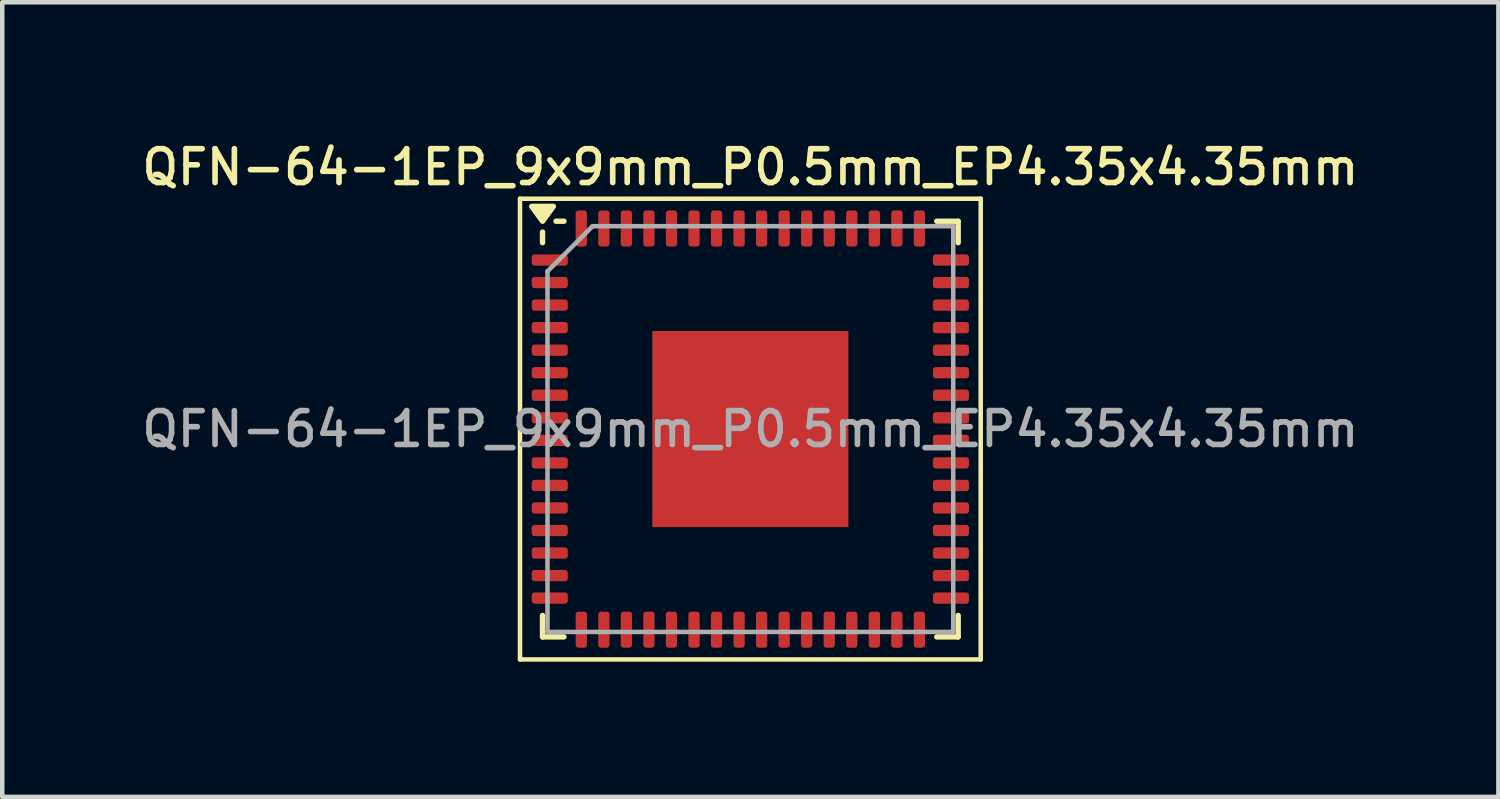
<source format=kicad_pcb>
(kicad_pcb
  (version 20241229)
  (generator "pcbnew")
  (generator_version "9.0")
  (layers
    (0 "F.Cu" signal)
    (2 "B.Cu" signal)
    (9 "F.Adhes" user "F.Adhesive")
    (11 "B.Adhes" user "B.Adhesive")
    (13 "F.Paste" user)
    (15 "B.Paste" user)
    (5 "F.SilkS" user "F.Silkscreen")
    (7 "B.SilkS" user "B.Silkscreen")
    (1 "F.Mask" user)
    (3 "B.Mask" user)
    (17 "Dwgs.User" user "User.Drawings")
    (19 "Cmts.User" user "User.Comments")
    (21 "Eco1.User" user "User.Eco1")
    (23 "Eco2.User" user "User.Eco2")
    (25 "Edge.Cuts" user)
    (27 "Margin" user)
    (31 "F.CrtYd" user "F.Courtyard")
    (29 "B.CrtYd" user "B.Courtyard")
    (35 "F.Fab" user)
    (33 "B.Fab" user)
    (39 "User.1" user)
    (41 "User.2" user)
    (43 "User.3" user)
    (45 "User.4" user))
  (footprint "QFN-64-1EP_9x9mm_P0.5mm_EP4.35x4.35mm"
    (layer "F.Cu")
    (at 13.595 6.468)
    (property "Reference" "QFN-64-1EP_9x9mm_P0.5mm_EP4.35x4.35mm" (at 0 -5.81 0) (layer "F.SilkS") (effects (font (size 0.75 0.75) (thickness 0.125))))
    (attr smd)
    (fp_line (start -5.11 -5.11) (end -5.11 5.11) (stroke (width 0.1) (type solid)) (layer "F.SilkS"))
    (fp_line (start -5.11 5.11) (end 5.11 5.11) (stroke (width 0.1) (type solid)) (layer "F.SilkS"))
    (fp_line (start -4.61 -4.135) (end -4.61 -4.37) (stroke (width 0.12) (type solid)) (layer "F.SilkS"))
    (fp_line (start -4.61 4.61) (end -4.61 4.135) (stroke (width 0.12) (type solid)) (layer "F.SilkS"))
    (fp_line (start -4.135 -4.61) (end -4.31 -4.61) (stroke (width 0.12) (type solid)) (layer "F.SilkS"))
    (fp_line (start -4.135 4.61) (end -4.61 4.61) (stroke (width 0.12) (type solid)) (layer "F.SilkS"))
    (fp_line (start 4.135 -4.61) (end 4.61 -4.61) (stroke (width 0.12) (type solid)) (layer "F.SilkS"))
    (fp_line (start 4.135 4.61) (end 4.61 4.61) (stroke (width 0.12) (type solid)) (layer "F.SilkS"))
    (fp_line (start 4.61 -4.61) (end 4.61 -4.135) (stroke (width 0.12) (type solid)) (layer "F.SilkS"))
    (fp_line (start 4.61 4.61) (end 4.61 4.135) (stroke (width 0.12) (type solid)) (layer "F.SilkS"))
    (fp_line (start 5.11 -5.11) (end -5.11 -5.11) (stroke (width 0.1) (type solid)) (layer "F.SilkS"))
    (fp_line (start 5.11 5.11) (end 5.11 -5.11) (stroke (width 0.1) (type solid)) (layer "F.SilkS"))
    (fp_poly (pts (xy -4.61 -4.61) (xy -4.85 -4.94) (xy -4.37 -4.94) (xy -4.61 -4.61)) (stroke (width 0.12) (type solid)) (fill yes) (layer "F.SilkS"))
    (fp_line (start -4.5 -3.5) (end -3.5 -4.5) (stroke (width 0.1) (type solid)) (layer "F.Fab"))
    (fp_line (start -4.5 4.5) (end -4.5 -3.5) (stroke (width 0.1) (type solid)) (layer "F.Fab"))
    (fp_line (start -3.5 -4.5) (end 4.5 -4.5) (stroke (width 0.1) (type solid)) (layer "F.Fab"))
    (fp_line (start 4.5 -4.5) (end 4.5 4.5) (stroke (width 0.1) (type solid)) (layer "F.Fab"))
    (fp_line (start 4.5 4.5) (end -4.5 4.5) (stroke (width 0.1) (type solid)) (layer "F.Fab"))
    (fp_text user "${REFERENCE}" (at 0 0 0) (layer "F.Fab") (effects (font (size 0.75 0.75) (thickness 0.125))))
    (pad "" smd roundrect (at -1.45 -1.45) (size 1.17 1.17) (layers "F.Paste") (roundrect_rratio 0.214))
    (pad "" smd roundrect (at -1.45 0) (size 1.17 1.17) (layers "F.Paste") (roundrect_rratio 0.214))
    (pad "" smd roundrect (at -1.45 1.45) (size 1.17 1.17) (layers "F.Paste") (roundrect_rratio 0.214))
    (pad "" smd roundrect (at 0 -1.45) (size 1.17 1.17) (layers "F.Paste") (roundrect_rratio 0.214))
    (pad "" smd roundrect (at 0 0) (size 1.17 1.17) (layers "F.Paste") (roundrect_rratio 0.214))
    (pad "" smd roundrect (at 0 1.45) (size 1.17 1.17) (layers "F.Paste") (roundrect_rratio 0.214))
    (pad "" smd roundrect (at 1.45 -1.45) (size 1.17 1.17) (layers "F.Paste") (roundrect_rratio 0.214))
    (pad "" smd roundrect (at 1.45 0) (size 1.17 1.17) (layers "F.Paste") (roundrect_rratio 0.214))
    (pad "" smd roundrect (at 1.45 1.45) (size 1.17 1.17) (layers "F.Paste") (roundrect_rratio 0.214))
    (pad "1" smd roundrect (at -4.45 -3.75) (size 0.8 0.25) (layers "F.Cu" "F.Mask" "F.Paste") (roundrect_rratio 0.25))
    (pad "2" smd roundrect (at -4.45 -3.25) (size 0.8 0.25) (layers "F.Cu" "F.Mask" "F.Paste") (roundrect_rratio 0.25))
    (pad "3" smd roundrect (at -4.45 -2.75) (size 0.8 0.25) (layers "F.Cu" "F.Mask" "F.Paste") (roundrect_rratio 0.25))
    (pad "4" smd roundrect (at -4.45 -2.25) (size 0.8 0.25) (layers "F.Cu" "F.Mask" "F.Paste") (roundrect_rratio 0.25))
    (pad "5" smd roundrect (at -4.45 -1.75) (size 0.8 0.25) (layers "F.Cu" "F.Mask" "F.Paste") (roundrect_rratio 0.25))
    (pad "6" smd roundrect (at -4.45 -1.25) (size 0.8 0.25) (layers "F.Cu" "F.Mask" "F.Paste") (roundrect_rratio 0.25))
    (pad "7" smd roundrect (at -4.45 -0.75) (size 0.8 0.25) (layers "F.Cu" "F.Mask" "F.Paste") (roundrect_rratio 0.25))
    (pad "8" smd roundrect (at -4.45 -0.25) (size 0.8 0.25) (layers "F.Cu" "F.Mask" "F.Paste") (roundrect_rratio 0.25))
    (pad "9" smd roundrect (at -4.45 0.25) (size 0.8 0.25) (layers "F.Cu" "F.Mask" "F.Paste") (roundrect_rratio 0.25))
    (pad "10" smd roundrect (at -4.45 0.75) (size 0.8 0.25) (layers "F.Cu" "F.Mask" "F.Paste") (roundrect_rratio 0.25))
    (pad "11" smd roundrect (at -4.45 1.25) (size 0.8 0.25) (layers "F.Cu" "F.Mask" "F.Paste") (roundrect_rratio 0.25))
    (pad "12" smd roundrect (at -4.45 1.75) (size 0.8 0.25) (layers "F.Cu" "F.Mask" "F.Paste") (roundrect_rratio 0.25))
    (pad "13" smd roundrect (at -4.45 2.25) (size 0.8 0.25) (layers "F.Cu" "F.Mask" "F.Paste") (roundrect_rratio 0.25))
    (pad "14" smd roundrect (at -4.45 2.75) (size 0.8 0.25) (layers "F.Cu" "F.Mask" "F.Paste") (roundrect_rratio 0.25))
    (pad "15" smd roundrect (at -4.45 3.25) (size 0.8 0.25) (layers "F.Cu" "F.Mask" "F.Paste") (roundrect_rratio 0.25))
    (pad "16" smd roundrect (at -4.45 3.75) (size 0.8 0.25) (layers "F.Cu" "F.Mask" "F.Paste") (roundrect_rratio 0.25))
    (pad "17" smd roundrect (at -3.75 4.45) (size 0.25 0.8) (layers "F.Cu" "F.Mask" "F.Paste") (roundrect_rratio 0.25))
    (pad "18" smd roundrect (at -3.25 4.45) (size 0.25 0.8) (layers "F.Cu" "F.Mask" "F.Paste") (roundrect_rratio 0.25))
    (pad "19" smd roundrect (at -2.75 4.45) (size 0.25 0.8) (layers "F.Cu" "F.Mask" "F.Paste") (roundrect_rratio 0.25))
    (pad "20" smd roundrect (at -2.25 4.45) (size 0.25 0.8) (layers "F.Cu" "F.Mask" "F.Paste") (roundrect_rratio 0.25))
    (pad "21" smd roundrect (at -1.75 4.45) (size 0.25 0.8) (layers "F.Cu" "F.Mask" "F.Paste") (roundrect_rratio 0.25))
    (pad "22" smd roundrect (at -1.25 4.45) (size 0.25 0.8) (layers "F.Cu" "F.Mask" "F.Paste") (roundrect_rratio 0.25))
    (pad "23" smd roundrect (at -0.75 4.45) (size 0.25 0.8) (layers "F.Cu" "F.Mask" "F.Paste") (roundrect_rratio 0.25))
    (pad "24" smd roundrect (at -0.25 4.45) (size 0.25 0.8) (layers "F.Cu" "F.Mask" "F.Paste") (roundrect_rratio 0.25))
    (pad "25" smd roundrect (at 0.25 4.45) (size 0.25 0.8) (layers "F.Cu" "F.Mask" "F.Paste") (roundrect_rratio 0.25))
    (pad "26" smd roundrect (at 0.75 4.45) (size 0.25 0.8) (layers "F.Cu" "F.Mask" "F.Paste") (roundrect_rratio 0.25))
    (pad "27" smd roundrect (at 1.25 4.45) (size 0.25 0.8) (layers "F.Cu" "F.Mask" "F.Paste") (roundrect_rratio 0.25))
    (pad "28" smd roundrect (at 1.75 4.45) (size 0.25 0.8) (layers "F.Cu" "F.Mask" "F.Paste") (roundrect_rratio 0.25))
    (pad "29" smd roundrect (at 2.25 4.45) (size 0.25 0.8) (layers "F.Cu" "F.Mask" "F.Paste") (roundrect_rratio 0.25))
    (pad "30" smd roundrect (at 2.75 4.45) (size 0.25 0.8) (layers "F.Cu" "F.Mask" "F.Paste") (roundrect_rratio 0.25))
    (pad "31" smd roundrect (at 3.25 4.45) (size 0.25 0.8) (layers "F.Cu" "F.Mask" "F.Paste") (roundrect_rratio 0.25))
    (pad "32" smd roundrect (at 3.75 4.45) (size 0.25 0.8) (layers "F.Cu" "F.Mask" "F.Paste") (roundrect_rratio 0.25))
    (pad "33" smd roundrect (at 4.45 3.75) (size 0.8 0.25) (layers "F.Cu" "F.Mask" "F.Paste") (roundrect_rratio 0.25))
    (pad "34" smd roundrect (at 4.45 3.25) (size 0.8 0.25) (layers "F.Cu" "F.Mask" "F.Paste") (roundrect_rratio 0.25))
    (pad "35" smd roundrect (at 4.45 2.75) (size 0.8 0.25) (layers "F.Cu" "F.Mask" "F.Paste") (roundrect_rratio 0.25))
    (pad "36" smd roundrect (at 4.45 2.25) (size 0.8 0.25) (layers "F.Cu" "F.Mask" "F.Paste") (roundrect_rratio 0.25))
    (pad "37" smd roundrect (at 4.45 1.75) (size 0.8 0.25) (layers "F.Cu" "F.Mask" "F.Paste") (roundrect_rratio 0.25))
    (pad "38" smd roundrect (at 4.45 1.25) (size 0.8 0.25) (layers "F.Cu" "F.Mask" "F.Paste") (roundrect_rratio 0.25))
    (pad "39" smd roundrect (at 4.45 0.75) (size 0.8 0.25) (layers "F.Cu" "F.Mask" "F.Paste") (roundrect_rratio 0.25))
    (pad "40" smd roundrect (at 4.45 0.25) (size 0.8 0.25) (layers "F.Cu" "F.Mask" "F.Paste") (roundrect_rratio 0.25))
    (pad "41" smd roundrect (at 4.45 -0.25) (size 0.8 0.25) (layers "F.Cu" "F.Mask" "F.Paste") (roundrect_rratio 0.25))
    (pad "42" smd roundrect (at 4.45 -0.75) (size 0.8 0.25) (layers "F.Cu" "F.Mask" "F.Paste") (roundrect_rratio 0.25))
    (pad "43" smd roundrect (at 4.45 -1.25) (size 0.8 0.25) (layers "F.Cu" "F.Mask" "F.Paste") (roundrect_rratio 0.25))
    (pad "44" smd roundrect (at 4.45 -1.75) (size 0.8 0.25) (layers "F.Cu" "F.Mask" "F.Paste") (roundrect_rratio 0.25))
    (pad "45" smd roundrect (at 4.45 -2.25) (size 0.8 0.25) (layers "F.Cu" "F.Mask" "F.Paste") (roundrect_rratio 0.25))
    (pad "46" smd roundrect (at 4.45 -2.75) (size 0.8 0.25) (layers "F.Cu" "F.Mask" "F.Paste") (roundrect_rratio 0.25))
    (pad "47" smd roundrect (at 4.45 -3.25) (size 0.8 0.25) (layers "F.Cu" "F.Mask" "F.Paste") (roundrect_rratio 0.25))
    (pad "48" smd roundrect (at 4.45 -3.75) (size 0.8 0.25) (layers "F.Cu" "F.Mask" "F.Paste") (roundrect_rratio 0.25))
    (pad "49" smd roundrect (at 3.75 -4.45) (size 0.25 0.8) (layers "F.Cu" "F.Mask" "F.Paste") (roundrect_rratio 0.25))
    (pad "50" smd roundrect (at 3.25 -4.45) (size 0.25 0.8) (layers "F.Cu" "F.Mask" "F.Paste") (roundrect_rratio 0.25))
    (pad "51" smd roundrect (at 2.75 -4.45) (size 0.25 0.8) (layers "F.Cu" "F.Mask" "F.Paste") (roundrect_rratio 0.25))
    (pad "52" smd roundrect (at 2.25 -4.45) (size 0.25 0.8) (layers "F.Cu" "F.Mask" "F.Paste") (roundrect_rratio 0.25))
    (pad "53" smd roundrect (at 1.75 -4.45) (size 0.25 0.8) (layers "F.Cu" "F.Mask" "F.Paste") (roundrect_rratio 0.25))
    (pad "54" smd roundrect (at 1.25 -4.45) (size 0.25 0.8) (layers "F.Cu" "F.Mask" "F.Paste") (roundrect_rratio 0.25))
    (pad "55" smd roundrect (at 0.75 -4.45) (size 0.25 0.8) (layers "F.Cu" "F.Mask" "F.Paste") (roundrect_rratio 0.25))
    (pad "56" smd roundrect (at 0.25 -4.45) (size 0.25 0.8) (layers "F.Cu" "F.Mask" "F.Paste") (roundrect_rratio 0.25))
    (pad "57" smd roundrect (at -0.25 -4.45) (size 0.25 0.8) (layers "F.Cu" "F.Mask" "F.Paste") (roundrect_rratio 0.25))
    (pad "58" smd roundrect (at -0.75 -4.45) (size 0.25 0.8) (layers "F.Cu" "F.Mask" "F.Paste") (roundrect_rratio 0.25))
    (pad "59" smd roundrect (at -1.25 -4.45) (size 0.25 0.8) (layers "F.Cu" "F.Mask" "F.Paste") (roundrect_rratio 0.25))
    (pad "60" smd roundrect (at -1.75 -4.45) (size 0.25 0.8) (layers "F.Cu" "F.Mask" "F.Paste") (roundrect_rratio 0.25))
    (pad "61" smd roundrect (at -2.25 -4.45) (size 0.25 0.8) (layers "F.Cu" "F.Mask" "F.Paste") (roundrect_rratio 0.25))
    (pad "62" smd roundrect (at -2.75 -4.45) (size 0.25 0.8) (layers "F.Cu" "F.Mask" "F.Paste") (roundrect_rratio 0.25))
    (pad "63" smd roundrect (at -3.25 -4.45) (size 0.25 0.8) (layers "F.Cu" "F.Mask" "F.Paste") (roundrect_rratio 0.25))
    (pad "64" smd roundrect (at -3.75 -4.45) (size 0.25 0.8) (layers "F.Cu" "F.Mask" "F.Paste") (roundrect_rratio 0.25))
    (pad "65" smd rect (at 0 0) (size 4.35 4.35) (property pad_prop_heatsink) (layers "F.Cu" "F.Mask")))
  (gr_rect
    (start -3 -3)
    (end 30.189 14.628)
    (stroke (width 0.1) (type default))
    (fill no)
    (layer "Edge.Cuts")))
</source>
